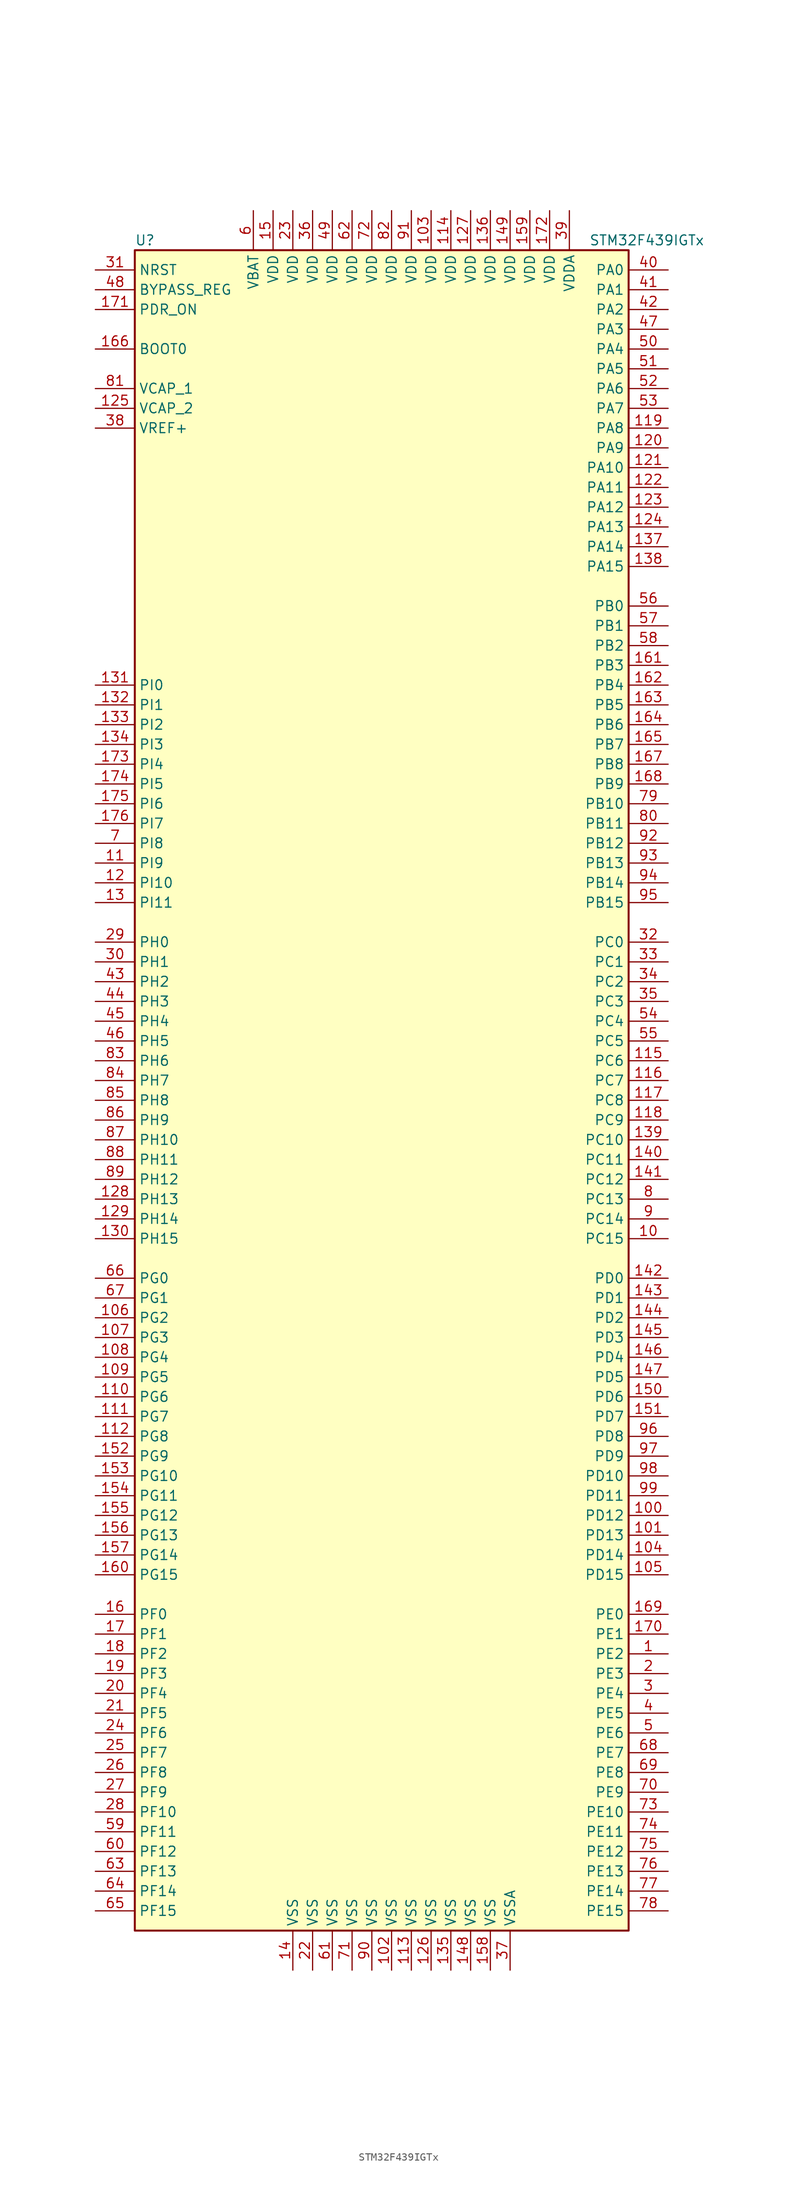
<source format=kicad_sym>
(kicad_symbol_lib
  (version 20201005)
  (generator kicad_symbol_editor)
  (symbol "STM32F439IGTx"
    (property "Reference" "U"
      (at -33.02 107.95 0)
      (effects (font (size 1.27 1.27)) (justify left)))
    (property "Value" "STM32F439IGTx"
      (at 25.4 107.95 0)
      (effects (font (size 1.27 1.27)) (justify left)))
    (symbol "STM32F439IGTx_0_1"
      (rectangle (start -33.02 -109.22) (end 30.48 106.68) (stroke (width 0.254)) (fill (type background))))
    (symbol "STM32F439IGTx_1_1"
      (pin bidirectional line (at 35.56 -73.66 180) (length 5.08) (name "PE2" (effects (font (size 1.27 1.27)))) (number "1" (effects (font (size 1.27 1.27)))))
      (pin bidirectional line (at 35.56 -20.32 180) (length 5.08) (name "PC15" (effects (font (size 1.27 1.27)))) (number "10" (effects (font (size 1.27 1.27)))))
      (pin bidirectional line (at 35.56 -55.88 180) (length 5.08) (name "PD12" (effects (font (size 1.27 1.27)))) (number "100" (effects (font (size 1.27 1.27)))))
      (pin bidirectional line (at 35.56 -58.42 180) (length 5.08) (name "PD13" (effects (font (size 1.27 1.27)))) (number "101" (effects (font (size 1.27 1.27)))))
      (pin power_in line (at 0 -114.3 90) (length 5.08) (name "VSS" (effects (font (size 1.27 1.27)))) (number "102" (effects (font (size 1.27 1.27)))))
      (pin power_in line (at 5.08 111.76 270) (length 5.08) (name "VDD" (effects (font (size 1.27 1.27)))) (number "103" (effects (font (size 1.27 1.27)))))
      (pin bidirectional line (at 35.56 -60.96 180) (length 5.08) (name "PD14" (effects (font (size 1.27 1.27)))) (number "104" (effects (font (size 1.27 1.27)))))
      (pin bidirectional line (at 35.56 -63.5 180) (length 5.08) (name "PD15" (effects (font (size 1.27 1.27)))) (number "105" (effects (font (size 1.27 1.27)))))
      (pin bidirectional line (at -38.1 -30.48 0) (length 5.08) (name "PG2" (effects (font (size 1.27 1.27)))) (number "106" (effects (font (size 1.27 1.27)))))
      (pin bidirectional line (at -38.1 -33.02 0) (length 5.08) (name "PG3" (effects (font (size 1.27 1.27)))) (number "107" (effects (font (size 1.27 1.27)))))
      (pin bidirectional line (at -38.1 -35.56 0) (length 5.08) (name "PG4" (effects (font (size 1.27 1.27)))) (number "108" (effects (font (size 1.27 1.27)))))
      (pin bidirectional line (at -38.1 -38.1 0) (length 5.08) (name "PG5" (effects (font (size 1.27 1.27)))) (number "109" (effects (font (size 1.27 1.27)))))
      (pin bidirectional line (at -38.1 27.94 0) (length 5.08) (name "PI9" (effects (font (size 1.27 1.27)))) (number "11" (effects (font (size 1.27 1.27)))))
      (pin bidirectional line (at -38.1 -40.64 0) (length 5.08) (name "PG6" (effects (font (size 1.27 1.27)))) (number "110" (effects (font (size 1.27 1.27)))))
      (pin bidirectional line (at -38.1 -43.18 0) (length 5.08) (name "PG7" (effects (font (size 1.27 1.27)))) (number "111" (effects (font (size 1.27 1.27)))))
      (pin bidirectional line (at -38.1 -45.72 0) (length 5.08) (name "PG8" (effects (font (size 1.27 1.27)))) (number "112" (effects (font (size 1.27 1.27)))))
      (pin power_in line (at 2.54 -114.3 90) (length 5.08) (name "VSS" (effects (font (size 1.27 1.27)))) (number "113" (effects (font (size 1.27 1.27)))))
      (pin power_in line (at 7.62 111.76 270) (length 5.08) (name "VDD" (effects (font (size 1.27 1.27)))) (number "114" (effects (font (size 1.27 1.27)))))
      (pin bidirectional line (at 35.56 2.54 180) (length 5.08) (name "PC6" (effects (font (size 1.27 1.27)))) (number "115" (effects (font (size 1.27 1.27)))))
      (pin bidirectional line (at 35.56 0 180) (length 5.08) (name "PC7" (effects (font (size 1.27 1.27)))) (number "116" (effects (font (size 1.27 1.27)))))
      (pin bidirectional line (at 35.56 -2.54 180) (length 5.08) (name "PC8" (effects (font (size 1.27 1.27)))) (number "117" (effects (font (size 1.27 1.27)))))
      (pin bidirectional line (at 35.56 -5.08 180) (length 5.08) (name "PC9" (effects (font (size 1.27 1.27)))) (number "118" (effects (font (size 1.27 1.27)))))
      (pin bidirectional line (at 35.56 83.82 180) (length 5.08) (name "PA8" (effects (font (size 1.27 1.27)))) (number "119" (effects (font (size 1.27 1.27)))))
      (pin bidirectional line (at -38.1 25.4 0) (length 5.08) (name "PI10" (effects (font (size 1.27 1.27)))) (number "12" (effects (font (size 1.27 1.27)))))
      (pin bidirectional line (at 35.56 81.28 180) (length 5.08) (name "PA9" (effects (font (size 1.27 1.27)))) (number "120" (effects (font (size 1.27 1.27)))))
      (pin bidirectional line (at 35.56 78.74 180) (length 5.08) (name "PA10" (effects (font (size 1.27 1.27)))) (number "121" (effects (font (size 1.27 1.27)))))
      (pin bidirectional line (at 35.56 76.2 180) (length 5.08) (name "PA11" (effects (font (size 1.27 1.27)))) (number "122" (effects (font (size 1.27 1.27)))))
      (pin bidirectional line (at 35.56 73.66 180) (length 5.08) (name "PA12" (effects (font (size 1.27 1.27)))) (number "123" (effects (font (size 1.27 1.27)))))
      (pin bidirectional line (at 35.56 71.12 180) (length 5.08) (name "PA13" (effects (font (size 1.27 1.27)))) (number "124" (effects (font (size 1.27 1.27)))))
      (pin power_in line (at -38.1 86.36 0) (length 5.08) (name "VCAP_2" (effects (font (size 1.27 1.27)))) (number "125" (effects (font (size 1.27 1.27)))))
      (pin power_in line (at 5.08 -114.3 90) (length 5.08) (name "VSS" (effects (font (size 1.27 1.27)))) (number "126" (effects (font (size 1.27 1.27)))))
      (pin power_in line (at 10.16 111.76 270) (length 5.08) (name "VDD" (effects (font (size 1.27 1.27)))) (number "127" (effects (font (size 1.27 1.27)))))
      (pin bidirectional line (at -38.1 -15.24 0) (length 5.08) (name "PH13" (effects (font (size 1.27 1.27)))) (number "128" (effects (font (size 1.27 1.27)))))
      (pin bidirectional line (at -38.1 -17.78 0) (length 5.08) (name "PH14" (effects (font (size 1.27 1.27)))) (number "129" (effects (font (size 1.27 1.27)))))
      (pin bidirectional line (at -38.1 22.86 0) (length 5.08) (name "PI11" (effects (font (size 1.27 1.27)))) (number "13" (effects (font (size 1.27 1.27)))))
      (pin bidirectional line (at -38.1 -20.32 0) (length 5.08) (name "PH15" (effects (font (size 1.27 1.27)))) (number "130" (effects (font (size 1.27 1.27)))))
      (pin bidirectional line (at -38.1 50.8 0) (length 5.08) (name "PI0" (effects (font (size 1.27 1.27)))) (number "131" (effects (font (size 1.27 1.27)))))
      (pin bidirectional line (at -38.1 48.26 0) (length 5.08) (name "PI1" (effects (font (size 1.27 1.27)))) (number "132" (effects (font (size 1.27 1.27)))))
      (pin bidirectional line (at -38.1 45.72 0) (length 5.08) (name "PI2" (effects (font (size 1.27 1.27)))) (number "133" (effects (font (size 1.27 1.27)))))
      (pin bidirectional line (at -38.1 43.18 0) (length 5.08) (name "PI3" (effects (font (size 1.27 1.27)))) (number "134" (effects (font (size 1.27 1.27)))))
      (pin power_in line (at 7.62 -114.3 90) (length 5.08) (name "VSS" (effects (font (size 1.27 1.27)))) (number "135" (effects (font (size 1.27 1.27)))))
      (pin power_in line (at 12.7 111.76 270) (length 5.08) (name "VDD" (effects (font (size 1.27 1.27)))) (number "136" (effects (font (size 1.27 1.27)))))
      (pin bidirectional line (at 35.56 68.58 180) (length 5.08) (name "PA14" (effects (font (size 1.27 1.27)))) (number "137" (effects (font (size 1.27 1.27)))))
      (pin bidirectional line (at 35.56 66.04 180) (length 5.08) (name "PA15" (effects (font (size 1.27 1.27)))) (number "138" (effects (font (size 1.27 1.27)))))
      (pin bidirectional line (at 35.56 -7.62 180) (length 5.08) (name "PC10" (effects (font (size 1.27 1.27)))) (number "139" (effects (font (size 1.27 1.27)))))
      (pin power_in line (at -12.7 -114.3 90) (length 5.08) (name "VSS" (effects (font (size 1.27 1.27)))) (number "14" (effects (font (size 1.27 1.27)))))
      (pin bidirectional line (at 35.56 -10.16 180) (length 5.08) (name "PC11" (effects (font (size 1.27 1.27)))) (number "140" (effects (font (size 1.27 1.27)))))
      (pin bidirectional line (at 35.56 -12.7 180) (length 5.08) (name "PC12" (effects (font (size 1.27 1.27)))) (number "141" (effects (font (size 1.27 1.27)))))
      (pin bidirectional line (at 35.56 -25.4 180) (length 5.08) (name "PD0" (effects (font (size 1.27 1.27)))) (number "142" (effects (font (size 1.27 1.27)))))
      (pin bidirectional line (at 35.56 -27.94 180) (length 5.08) (name "PD1" (effects (font (size 1.27 1.27)))) (number "143" (effects (font (size 1.27 1.27)))))
      (pin bidirectional line (at 35.56 -30.48 180) (length 5.08) (name "PD2" (effects (font (size 1.27 1.27)))) (number "144" (effects (font (size 1.27 1.27)))))
      (pin bidirectional line (at 35.56 -33.02 180) (length 5.08) (name "PD3" (effects (font (size 1.27 1.27)))) (number "145" (effects (font (size 1.27 1.27)))))
      (pin bidirectional line (at 35.56 -35.56 180) (length 5.08) (name "PD4" (effects (font (size 1.27 1.27)))) (number "146" (effects (font (size 1.27 1.27)))))
      (pin bidirectional line (at 35.56 -38.1 180) (length 5.08) (name "PD5" (effects (font (size 1.27 1.27)))) (number "147" (effects (font (size 1.27 1.27)))))
      (pin power_in line (at 10.16 -114.3 90) (length 5.08) (name "VSS" (effects (font (size 1.27 1.27)))) (number "148" (effects (font (size 1.27 1.27)))))
      (pin power_in line (at 15.24 111.76 270) (length 5.08) (name "VDD" (effects (font (size 1.27 1.27)))) (number "149" (effects (font (size 1.27 1.27)))))
      (pin power_in line (at -15.24 111.76 270) (length 5.08) (name "VDD" (effects (font (size 1.27 1.27)))) (number "15" (effects (font (size 1.27 1.27)))))
      (pin bidirectional line (at 35.56 -40.64 180) (length 5.08) (name "PD6" (effects (font (size 1.27 1.27)))) (number "150" (effects (font (size 1.27 1.27)))))
      (pin bidirectional line (at 35.56 -43.18 180) (length 5.08) (name "PD7" (effects (font (size 1.27 1.27)))) (number "151" (effects (font (size 1.27 1.27)))))
      (pin bidirectional line (at -38.1 -48.26 0) (length 5.08) (name "PG9" (effects (font (size 1.27 1.27)))) (number "152" (effects (font (size 1.27 1.27)))))
      (pin bidirectional line (at -38.1 -50.8 0) (length 5.08) (name "PG10" (effects (font (size 1.27 1.27)))) (number "153" (effects (font (size 1.27 1.27)))))
      (pin bidirectional line (at -38.1 -53.34 0) (length 5.08) (name "PG11" (effects (font (size 1.27 1.27)))) (number "154" (effects (font (size 1.27 1.27)))))
      (pin bidirectional line (at -38.1 -55.88 0) (length 5.08) (name "PG12" (effects (font (size 1.27 1.27)))) (number "155" (effects (font (size 1.27 1.27)))))
      (pin bidirectional line (at -38.1 -58.42 0) (length 5.08) (name "PG13" (effects (font (size 1.27 1.27)))) (number "156" (effects (font (size 1.27 1.27)))))
      (pin bidirectional line (at -38.1 -60.96 0) (length 5.08) (name "PG14" (effects (font (size 1.27 1.27)))) (number "157" (effects (font (size 1.27 1.27)))))
      (pin power_in line (at 12.7 -114.3 90) (length 5.08) (name "VSS" (effects (font (size 1.27 1.27)))) (number "158" (effects (font (size 1.27 1.27)))))
      (pin power_in line (at 17.78 111.76 270) (length 5.08) (name "VDD" (effects (font (size 1.27 1.27)))) (number "159" (effects (font (size 1.27 1.27)))))
      (pin bidirectional line (at -38.1 -68.58 0) (length 5.08) (name "PF0" (effects (font (size 1.27 1.27)))) (number "16" (effects (font (size 1.27 1.27)))))
      (pin bidirectional line (at -38.1 -63.5 0) (length 5.08) (name "PG15" (effects (font (size 1.27 1.27)))) (number "160" (effects (font (size 1.27 1.27)))))
      (pin bidirectional line (at 35.56 53.34 180) (length 5.08) (name "PB3" (effects (font (size 1.27 1.27)))) (number "161" (effects (font (size 1.27 1.27)))))
      (pin bidirectional line (at 35.56 50.8 180) (length 5.08) (name "PB4" (effects (font (size 1.27 1.27)))) (number "162" (effects (font (size 1.27 1.27)))))
      (pin bidirectional line (at 35.56 48.26 180) (length 5.08) (name "PB5" (effects (font (size 1.27 1.27)))) (number "163" (effects (font (size 1.27 1.27)))))
      (pin bidirectional line (at 35.56 45.72 180) (length 5.08) (name "PB6" (effects (font (size 1.27 1.27)))) (number "164" (effects (font (size 1.27 1.27)))))
      (pin bidirectional line (at 35.56 43.18 180) (length 5.08) (name "PB7" (effects (font (size 1.27 1.27)))) (number "165" (effects (font (size 1.27 1.27)))))
      (pin input line (at -38.1 93.98 0) (length 5.08) (name "BOOT0" (effects (font (size 1.27 1.27)))) (number "166" (effects (font (size 1.27 1.27)))))
      (pin bidirectional line (at 35.56 40.64 180) (length 5.08) (name "PB8" (effects (font (size 1.27 1.27)))) (number "167" (effects (font (size 1.27 1.27)))))
      (pin bidirectional line (at 35.56 38.1 180) (length 5.08) (name "PB9" (effects (font (size 1.27 1.27)))) (number "168" (effects (font (size 1.27 1.27)))))
      (pin bidirectional line (at 35.56 -68.58 180) (length 5.08) (name "PE0" (effects (font (size 1.27 1.27)))) (number "169" (effects (font (size 1.27 1.27)))))
      (pin bidirectional line (at -38.1 -71.12 0) (length 5.08) (name "PF1" (effects (font (size 1.27 1.27)))) (number "17" (effects (font (size 1.27 1.27)))))
      (pin bidirectional line (at 35.56 -71.12 180) (length 5.08) (name "PE1" (effects (font (size 1.27 1.27)))) (number "170" (effects (font (size 1.27 1.27)))))
      (pin input line (at -38.1 99.06 0) (length 5.08) (name "PDR_ON" (effects (font (size 1.27 1.27)))) (number "171" (effects (font (size 1.27 1.27)))))
      (pin power_in line (at 20.32 111.76 270) (length 5.08) (name "VDD" (effects (font (size 1.27 1.27)))) (number "172" (effects (font (size 1.27 1.27)))))
      (pin bidirectional line (at -38.1 40.64 0) (length 5.08) (name "PI4" (effects (font (size 1.27 1.27)))) (number "173" (effects (font (size 1.27 1.27)))))
      (pin bidirectional line (at -38.1 38.1 0) (length 5.08) (name "PI5" (effects (font (size 1.27 1.27)))) (number "174" (effects (font (size 1.27 1.27)))))
      (pin bidirectional line (at -38.1 35.56 0) (length 5.08) (name "PI6" (effects (font (size 1.27 1.27)))) (number "175" (effects (font (size 1.27 1.27)))))
      (pin bidirectional line (at -38.1 33.02 0) (length 5.08) (name "PI7" (effects (font (size 1.27 1.27)))) (number "176" (effects (font (size 1.27 1.27)))))
      (pin bidirectional line (at -38.1 -73.66 0) (length 5.08) (name "PF2" (effects (font (size 1.27 1.27)))) (number "18" (effects (font (size 1.27 1.27)))))
      (pin bidirectional line (at -38.1 -76.2 0) (length 5.08) (name "PF3" (effects (font (size 1.27 1.27)))) (number "19" (effects (font (size 1.27 1.27)))))
      (pin bidirectional line (at 35.56 -76.2 180) (length 5.08) (name "PE3" (effects (font (size 1.27 1.27)))) (number "2" (effects (font (size 1.27 1.27)))))
      (pin bidirectional line (at -38.1 -78.74 0) (length 5.08) (name "PF4" (effects (font (size 1.27 1.27)))) (number "20" (effects (font (size 1.27 1.27)))))
      (pin bidirectional line (at -38.1 -81.28 0) (length 5.08) (name "PF5" (effects (font (size 1.27 1.27)))) (number "21" (effects (font (size 1.27 1.27)))))
      (pin power_in line (at -10.16 -114.3 90) (length 5.08) (name "VSS" (effects (font (size 1.27 1.27)))) (number "22" (effects (font (size 1.27 1.27)))))
      (pin power_in line (at -12.7 111.76 270) (length 5.08) (name "VDD" (effects (font (size 1.27 1.27)))) (number "23" (effects (font (size 1.27 1.27)))))
      (pin bidirectional line (at -38.1 -83.82 0) (length 5.08) (name "PF6" (effects (font (size 1.27 1.27)))) (number "24" (effects (font (size 1.27 1.27)))))
      (pin bidirectional line (at -38.1 -86.36 0) (length 5.08) (name "PF7" (effects (font (size 1.27 1.27)))) (number "25" (effects (font (size 1.27 1.27)))))
      (pin bidirectional line (at -38.1 -88.9 0) (length 5.08) (name "PF8" (effects (font (size 1.27 1.27)))) (number "26" (effects (font (size 1.27 1.27)))))
      (pin bidirectional line (at -38.1 -91.44 0) (length 5.08) (name "PF9" (effects (font (size 1.27 1.27)))) (number "27" (effects (font (size 1.27 1.27)))))
      (pin bidirectional line (at -38.1 -93.98 0) (length 5.08) (name "PF10" (effects (font (size 1.27 1.27)))) (number "28" (effects (font (size 1.27 1.27)))))
      (pin input line (at -38.1 17.78 0) (length 5.08) (name "PH0" (effects (font (size 1.27 1.27)))) (number "29" (effects (font (size 1.27 1.27)))))
      (pin bidirectional line (at 35.56 -78.74 180) (length 5.08) (name "PE4" (effects (font (size 1.27 1.27)))) (number "3" (effects (font (size 1.27 1.27)))))
      (pin input line (at -38.1 15.24 0) (length 5.08) (name "PH1" (effects (font (size 1.27 1.27)))) (number "30" (effects (font (size 1.27 1.27)))))
      (pin input line (at -38.1 104.14 0) (length 5.08) (name "NRST" (effects (font (size 1.27 1.27)))) (number "31" (effects (font (size 1.27 1.27)))))
      (pin bidirectional line (at 35.56 17.78 180) (length 5.08) (name "PC0" (effects (font (size 1.27 1.27)))) (number "32" (effects (font (size 1.27 1.27)))))
      (pin bidirectional line (at 35.56 15.24 180) (length 5.08) (name "PC1" (effects (font (size 1.27 1.27)))) (number "33" (effects (font (size 1.27 1.27)))))
      (pin bidirectional line (at 35.56 12.7 180) (length 5.08) (name "PC2" (effects (font (size 1.27 1.27)))) (number "34" (effects (font (size 1.27 1.27)))))
      (pin bidirectional line (at 35.56 10.16 180) (length 5.08) (name "PC3" (effects (font (size 1.27 1.27)))) (number "35" (effects (font (size 1.27 1.27)))))
      (pin power_in line (at -10.16 111.76 270) (length 5.08) (name "VDD" (effects (font (size 1.27 1.27)))) (number "36" (effects (font (size 1.27 1.27)))))
      (pin power_in line (at 15.24 -114.3 90) (length 5.08) (name "VSSA" (effects (font (size 1.27 1.27)))) (number "37" (effects (font (size 1.27 1.27)))))
      (pin power_in line (at -38.1 83.82 0) (length 5.08) (name "VREF+" (effects (font (size 1.27 1.27)))) (number "38" (effects (font (size 1.27 1.27)))))
      (pin power_in line (at 22.86 111.76 270) (length 5.08) (name "VDDA" (effects (font (size 1.27 1.27)))) (number "39" (effects (font (size 1.27 1.27)))))
      (pin bidirectional line (at 35.56 -81.28 180) (length 5.08) (name "PE5" (effects (font (size 1.27 1.27)))) (number "4" (effects (font (size 1.27 1.27)))))
      (pin bidirectional line (at 35.56 104.14 180) (length 5.08) (name "PA0" (effects (font (size 1.27 1.27)))) (number "40" (effects (font (size 1.27 1.27)))))
      (pin bidirectional line (at 35.56 101.6 180) (length 5.08) (name "PA1" (effects (font (size 1.27 1.27)))) (number "41" (effects (font (size 1.27 1.27)))))
      (pin bidirectional line (at 35.56 99.06 180) (length 5.08) (name "PA2" (effects (font (size 1.27 1.27)))) (number "42" (effects (font (size 1.27 1.27)))))
      (pin bidirectional line (at -38.1 12.7 0) (length 5.08) (name "PH2" (effects (font (size 1.27 1.27)))) (number "43" (effects (font (size 1.27 1.27)))))
      (pin bidirectional line (at -38.1 10.16 0) (length 5.08) (name "PH3" (effects (font (size 1.27 1.27)))) (number "44" (effects (font (size 1.27 1.27)))))
      (pin bidirectional line (at -38.1 7.62 0) (length 5.08) (name "PH4" (effects (font (size 1.27 1.27)))) (number "45" (effects (font (size 1.27 1.27)))))
      (pin bidirectional line (at -38.1 5.08 0) (length 5.08) (name "PH5" (effects (font (size 1.27 1.27)))) (number "46" (effects (font (size 1.27 1.27)))))
      (pin bidirectional line (at 35.56 96.52 180) (length 5.08) (name "PA3" (effects (font (size 1.27 1.27)))) (number "47" (effects (font (size 1.27 1.27)))))
      (pin input line (at -38.1 101.6 0) (length 5.08) (name "BYPASS_REG" (effects (font (size 1.27 1.27)))) (number "48" (effects (font (size 1.27 1.27)))))
      (pin power_in line (at -7.62 111.76 270) (length 5.08) (name "VDD" (effects (font (size 1.27 1.27)))) (number "49" (effects (font (size 1.27 1.27)))))
      (pin bidirectional line (at 35.56 -83.82 180) (length 5.08) (name "PE6" (effects (font (size 1.27 1.27)))) (number "5" (effects (font (size 1.27 1.27)))))
      (pin bidirectional line (at 35.56 93.98 180) (length 5.08) (name "PA4" (effects (font (size 1.27 1.27)))) (number "50" (effects (font (size 1.27 1.27)))))
      (pin bidirectional line (at 35.56 91.44 180) (length 5.08) (name "PA5" (effects (font (size 1.27 1.27)))) (number "51" (effects (font (size 1.27 1.27)))))
      (pin bidirectional line (at 35.56 88.9 180) (length 5.08) (name "PA6" (effects (font (size 1.27 1.27)))) (number "52" (effects (font (size 1.27 1.27)))))
      (pin bidirectional line (at 35.56 86.36 180) (length 5.08) (name "PA7" (effects (font (size 1.27 1.27)))) (number "53" (effects (font (size 1.27 1.27)))))
      (pin bidirectional line (at 35.56 7.62 180) (length 5.08) (name "PC4" (effects (font (size 1.27 1.27)))) (number "54" (effects (font (size 1.27 1.27)))))
      (pin bidirectional line (at 35.56 5.08 180) (length 5.08) (name "PC5" (effects (font (size 1.27 1.27)))) (number "55" (effects (font (size 1.27 1.27)))))
      (pin bidirectional line (at 35.56 60.96 180) (length 5.08) (name "PB0" (effects (font (size 1.27 1.27)))) (number "56" (effects (font (size 1.27 1.27)))))
      (pin bidirectional line (at 35.56 58.42 180) (length 5.08) (name "PB1" (effects (font (size 1.27 1.27)))) (number "57" (effects (font (size 1.27 1.27)))))
      (pin bidirectional line (at 35.56 55.88 180) (length 5.08) (name "PB2" (effects (font (size 1.27 1.27)))) (number "58" (effects (font (size 1.27 1.27)))))
      (pin bidirectional line (at -38.1 -96.52 0) (length 5.08) (name "PF11" (effects (font (size 1.27 1.27)))) (number "59" (effects (font (size 1.27 1.27)))))
      (pin power_in line (at -17.78 111.76 270) (length 5.08) (name "VBAT" (effects (font (size 1.27 1.27)))) (number "6" (effects (font (size 1.27 1.27)))))
      (pin bidirectional line (at -38.1 -99.06 0) (length 5.08) (name "PF12" (effects (font (size 1.27 1.27)))) (number "60" (effects (font (size 1.27 1.27)))))
      (pin power_in line (at -7.62 -114.3 90) (length 5.08) (name "VSS" (effects (font (size 1.27 1.27)))) (number "61" (effects (font (size 1.27 1.27)))))
      (pin power_in line (at -5.08 111.76 270) (length 5.08) (name "VDD" (effects (font (size 1.27 1.27)))) (number "62" (effects (font (size 1.27 1.27)))))
      (pin bidirectional line (at -38.1 -101.6 0) (length 5.08) (name "PF13" (effects (font (size 1.27 1.27)))) (number "63" (effects (font (size 1.27 1.27)))))
      (pin bidirectional line (at -38.1 -104.14 0) (length 5.08) (name "PF14" (effects (font (size 1.27 1.27)))) (number "64" (effects (font (size 1.27 1.27)))))
      (pin bidirectional line (at -38.1 -106.68 0) (length 5.08) (name "PF15" (effects (font (size 1.27 1.27)))) (number "65" (effects (font (size 1.27 1.27)))))
      (pin bidirectional line (at -38.1 -25.4 0) (length 5.08) (name "PG0" (effects (font (size 1.27 1.27)))) (number "66" (effects (font (size 1.27 1.27)))))
      (pin bidirectional line (at -38.1 -27.94 0) (length 5.08) (name "PG1" (effects (font (size 1.27 1.27)))) (number "67" (effects (font (size 1.27 1.27)))))
      (pin bidirectional line (at 35.56 -86.36 180) (length 5.08) (name "PE7" (effects (font (size 1.27 1.27)))) (number "68" (effects (font (size 1.27 1.27)))))
      (pin bidirectional line (at 35.56 -88.9 180) (length 5.08) (name "PE8" (effects (font (size 1.27 1.27)))) (number "69" (effects (font (size 1.27 1.27)))))
      (pin bidirectional line (at -38.1 30.48 0) (length 5.08) (name "PI8" (effects (font (size 1.27 1.27)))) (number "7" (effects (font (size 1.27 1.27)))))
      (pin bidirectional line (at 35.56 -91.44 180) (length 5.08) (name "PE9" (effects (font (size 1.27 1.27)))) (number "70" (effects (font (size 1.27 1.27)))))
      (pin power_in line (at -5.08 -114.3 90) (length 5.08) (name "VSS" (effects (font (size 1.27 1.27)))) (number "71" (effects (font (size 1.27 1.27)))))
      (pin power_in line (at -2.54 111.76 270) (length 5.08) (name "VDD" (effects (font (size 1.27 1.27)))) (number "72" (effects (font (size 1.27 1.27)))))
      (pin bidirectional line (at 35.56 -93.98 180) (length 5.08) (name "PE10" (effects (font (size 1.27 1.27)))) (number "73" (effects (font (size 1.27 1.27)))))
      (pin bidirectional line (at 35.56 -96.52 180) (length 5.08) (name "PE11" (effects (font (size 1.27 1.27)))) (number "74" (effects (font (size 1.27 1.27)))))
      (pin bidirectional line (at 35.56 -99.06 180) (length 5.08) (name "PE12" (effects (font (size 1.27 1.27)))) (number "75" (effects (font (size 1.27 1.27)))))
      (pin bidirectional line (at 35.56 -101.6 180) (length 5.08) (name "PE13" (effects (font (size 1.27 1.27)))) (number "76" (effects (font (size 1.27 1.27)))))
      (pin bidirectional line (at 35.56 -104.14 180) (length 5.08) (name "PE14" (effects (font (size 1.27 1.27)))) (number "77" (effects (font (size 1.27 1.27)))))
      (pin bidirectional line (at 35.56 -106.68 180) (length 5.08) (name "PE15" (effects (font (size 1.27 1.27)))) (number "78" (effects (font (size 1.27 1.27)))))
      (pin bidirectional line (at 35.56 35.56 180) (length 5.08) (name "PB10" (effects (font (size 1.27 1.27)))) (number "79" (effects (font (size 1.27 1.27)))))
      (pin bidirectional line (at 35.56 -15.24 180) (length 5.08) (name "PC13" (effects (font (size 1.27 1.27)))) (number "8" (effects (font (size 1.27 1.27)))))
      (pin bidirectional line (at 35.56 33.02 180) (length 5.08) (name "PB11" (effects (font (size 1.27 1.27)))) (number "80" (effects (font (size 1.27 1.27)))))
      (pin power_in line (at -38.1 88.9 0) (length 5.08) (name "VCAP_1" (effects (font (size 1.27 1.27)))) (number "81" (effects (font (size 1.27 1.27)))))
      (pin power_in line (at 0 111.76 270) (length 5.08) (name "VDD" (effects (font (size 1.27 1.27)))) (number "82" (effects (font (size 1.27 1.27)))))
      (pin bidirectional line (at -38.1 2.54 0) (length 5.08) (name "PH6" (effects (font (size 1.27 1.27)))) (number "83" (effects (font (size 1.27 1.27)))))
      (pin bidirectional line (at -38.1 0 0) (length 5.08) (name "PH7" (effects (font (size 1.27 1.27)))) (number "84" (effects (font (size 1.27 1.27)))))
      (pin bidirectional line (at -38.1 -2.54 0) (length 5.08) (name "PH8" (effects (font (size 1.27 1.27)))) (number "85" (effects (font (size 1.27 1.27)))))
      (pin bidirectional line (at -38.1 -5.08 0) (length 5.08) (name "PH9" (effects (font (size 1.27 1.27)))) (number "86" (effects (font (size 1.27 1.27)))))
      (pin bidirectional line (at -38.1 -7.62 0) (length 5.08) (name "PH10" (effects (font (size 1.27 1.27)))) (number "87" (effects (font (size 1.27 1.27)))))
      (pin bidirectional line (at -38.1 -10.16 0) (length 5.08) (name "PH11" (effects (font (size 1.27 1.27)))) (number "88" (effects (font (size 1.27 1.27)))))
      (pin bidirectional line (at -38.1 -12.7 0) (length 5.08) (name "PH12" (effects (font (size 1.27 1.27)))) (number "89" (effects (font (size 1.27 1.27)))))
      (pin bidirectional line (at 35.56 -17.78 180) (length 5.08) (name "PC14" (effects (font (size 1.27 1.27)))) (number "9" (effects (font (size 1.27 1.27)))))
      (pin power_in line (at -2.54 -114.3 90) (length 5.08) (name "VSS" (effects (font (size 1.27 1.27)))) (number "90" (effects (font (size 1.27 1.27)))))
      (pin power_in line (at 2.54 111.76 270) (length 5.08) (name "VDD" (effects (font (size 1.27 1.27)))) (number "91" (effects (font (size 1.27 1.27)))))
      (pin bidirectional line (at 35.56 30.48 180) (length 5.08) (name "PB12" (effects (font (size 1.27 1.27)))) (number "92" (effects (font (size 1.27 1.27)))))
      (pin bidirectional line (at 35.56 27.94 180) (length 5.08) (name "PB13" (effects (font (size 1.27 1.27)))) (number "93" (effects (font (size 1.27 1.27)))))
      (pin bidirectional line (at 35.56 25.4 180) (length 5.08) (name "PB14" (effects (font (size 1.27 1.27)))) (number "94" (effects (font (size 1.27 1.27)))))
      (pin bidirectional line (at 35.56 22.86 180) (length 5.08) (name "PB15" (effects (font (size 1.27 1.27)))) (number "95" (effects (font (size 1.27 1.27)))))
      (pin bidirectional line (at 35.56 -45.72 180) (length 5.08) (name "PD8" (effects (font (size 1.27 1.27)))) (number "96" (effects (font (size 1.27 1.27)))))
      (pin bidirectional line (at 35.56 -48.26 180) (length 5.08) (name "PD9" (effects (font (size 1.27 1.27)))) (number "97" (effects (font (size 1.27 1.27)))))
      (pin bidirectional line (at 35.56 -50.8 180) (length 5.08) (name "PD10" (effects (font (size 1.27 1.27)))) (number "98" (effects (font (size 1.27 1.27)))))
      (pin bidirectional line (at 35.56 -53.34 180) (length 5.08) (name "PD11" (effects (font (size 1.27 1.27)))) (number "99" (effects (font (size 1.27 1.27))))))))
</source>
